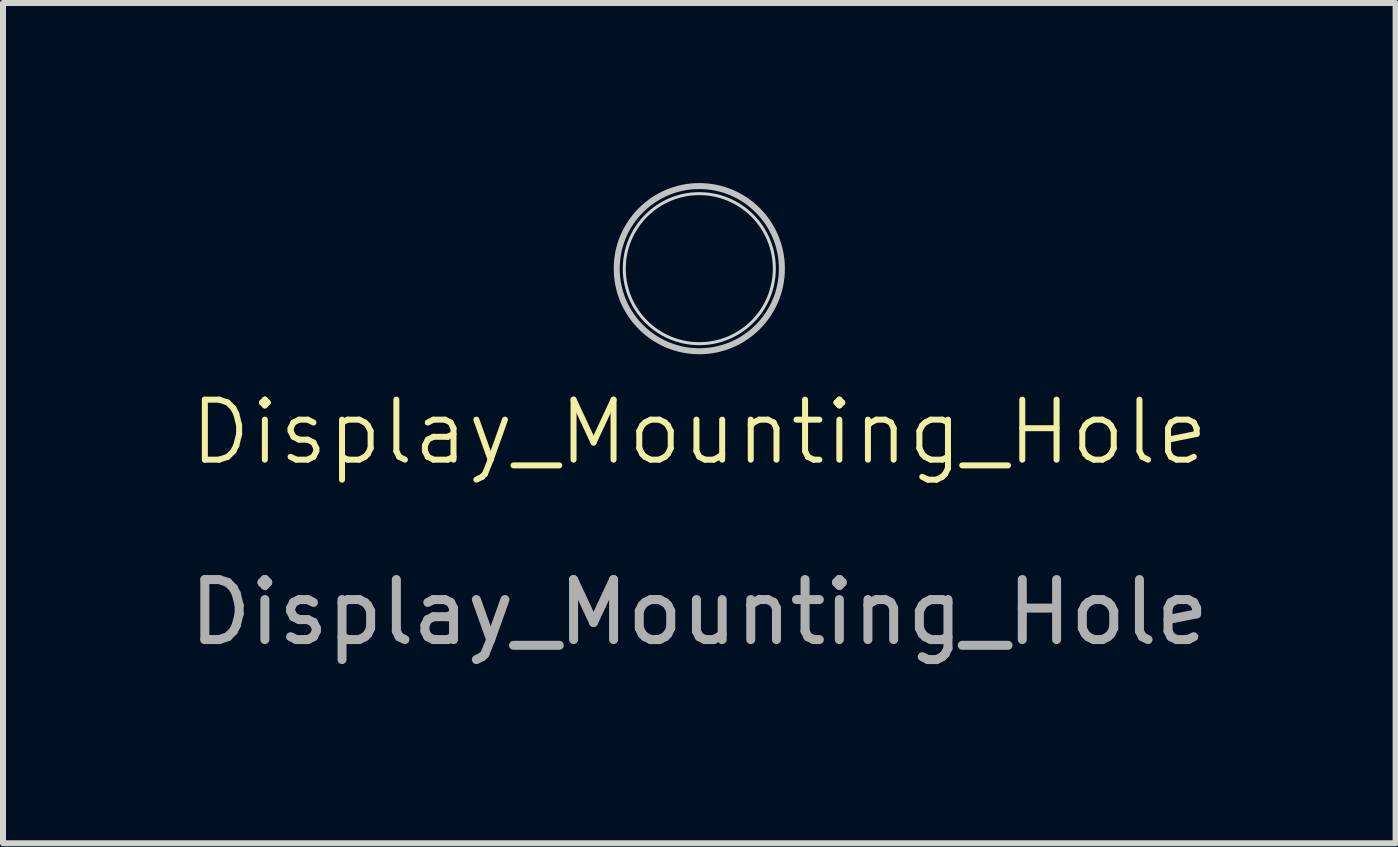
<source format=kicad_pcb>
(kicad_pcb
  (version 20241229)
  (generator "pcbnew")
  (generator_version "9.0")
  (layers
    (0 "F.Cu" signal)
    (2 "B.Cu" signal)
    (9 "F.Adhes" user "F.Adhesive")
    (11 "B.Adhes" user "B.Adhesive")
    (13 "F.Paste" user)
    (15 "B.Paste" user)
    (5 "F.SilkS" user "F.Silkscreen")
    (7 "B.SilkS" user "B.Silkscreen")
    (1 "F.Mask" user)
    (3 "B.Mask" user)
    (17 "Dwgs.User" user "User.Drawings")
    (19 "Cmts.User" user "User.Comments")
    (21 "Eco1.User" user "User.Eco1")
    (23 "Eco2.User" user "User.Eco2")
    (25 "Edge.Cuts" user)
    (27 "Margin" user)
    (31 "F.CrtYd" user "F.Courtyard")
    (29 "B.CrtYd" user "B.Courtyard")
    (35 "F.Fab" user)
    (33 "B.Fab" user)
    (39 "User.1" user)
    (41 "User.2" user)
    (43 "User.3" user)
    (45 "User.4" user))
  (footprint "Display_Mounting_Hole"
    (layer "F.Cu")
    (at 8.601 1.426)
    (property "Reference" "Display_Mounting_Hole" (at 0 2.725 0) (unlocked yes) (layer "F.SilkS") (effects (font (size 1 1) (thickness 0.1))))
    (attr through_hole)
    (fp_circle (center 0 0) (end 1.376 0) (stroke (width 0.1) (type default)) (fill no) (layer "Dwgs.User"))
    (fp_circle (center 0 0) (end 0 -1.25) (stroke (width 0.05) (type default)) (fill no) (layer "Edge.Cuts"))
    (fp_text user "${REFERENCE}" (at 0 5.725 0) (unlocked yes) (layer "F.Fab") (effects (font (size 1 1) (thickness 0.15)))))
  (gr_rect
    (start -3 -3)
    (end 20.202 10.999)
    (stroke (width 0.1) (type default))
    (fill no)
    (layer "Edge.Cuts")))
</source>
